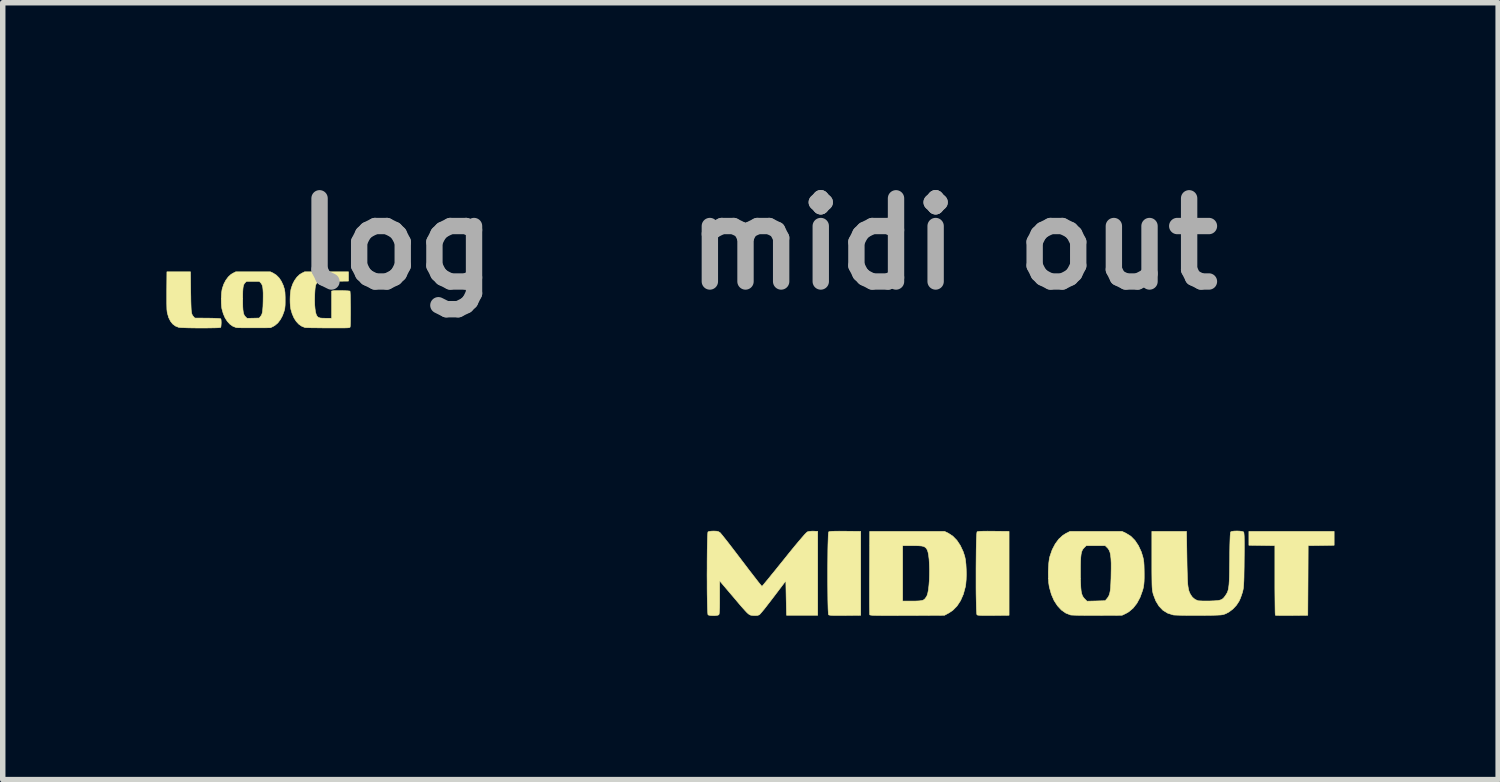
<source format=kicad_pcb>
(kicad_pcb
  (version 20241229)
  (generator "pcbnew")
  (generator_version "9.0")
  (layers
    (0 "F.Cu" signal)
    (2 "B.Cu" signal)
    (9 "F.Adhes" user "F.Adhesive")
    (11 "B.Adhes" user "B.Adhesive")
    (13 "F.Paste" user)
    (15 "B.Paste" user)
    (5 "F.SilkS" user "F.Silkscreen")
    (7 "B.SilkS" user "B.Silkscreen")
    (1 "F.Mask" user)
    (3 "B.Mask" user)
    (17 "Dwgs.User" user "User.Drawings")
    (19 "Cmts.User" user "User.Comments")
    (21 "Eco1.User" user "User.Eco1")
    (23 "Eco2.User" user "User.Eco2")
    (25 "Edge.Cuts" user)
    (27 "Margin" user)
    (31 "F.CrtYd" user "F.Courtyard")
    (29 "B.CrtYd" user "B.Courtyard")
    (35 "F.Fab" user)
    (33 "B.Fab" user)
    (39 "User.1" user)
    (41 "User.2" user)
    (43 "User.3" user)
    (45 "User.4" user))
  (footprint "log"
    (layer "F.Cu")
    (at 4.22 1.418)
    (property "Reference" "log" (at 0 0 0) (layer "F.Fab") (effects (font (size 1.524 1.524) (thickness 0.3))))
    (attr through_hole)
    (fp_poly (pts (xy -3.776 0.872) (xy -3.774 0.966) (xy -3.773 1.045) (xy -3.771 1.111) (xy -3.769 1.164) (xy -3.767 1.206) (xy -3.763 1.24) (xy -3.759 1.266) (xy -3.754 1.286) (xy -3.747 1.302) (xy -3.739 1.315) (xy -3.729 1.328) (xy -3.726 1.332) (xy -3.701 1.359) (xy -3.466 1.361) (xy -3.39 1.362) (xy -3.33 1.364) (xy -3.285 1.366) (xy -3.253 1.368) (xy -3.233 1.37) (xy -3.225 1.374) (xy -3.224 1.374) (xy -3.22 1.389) (xy -3.218 1.415) (xy -3.217 1.447) (xy -3.219 1.48) (xy -3.221 1.508) (xy -3.225 1.527) (xy -3.227 1.531) (xy -3.238 1.533) (xy -3.264 1.536) (xy -3.303 1.538) (xy -3.352 1.539) (xy -3.409 1.54) (xy -3.473 1.541) (xy -3.542 1.541) (xy -3.612 1.541) (xy -3.683 1.541) (xy -3.751 1.54) (xy -3.815 1.539) (xy -3.874 1.537) (xy -3.923 1.535) (xy -3.962 1.533) (xy -3.989 1.531) (xy -3.998 1.529) (xy -4.057 1.505) (xy -4.107 1.467) (xy -4.147 1.416) (xy -4.18 1.35) (xy -4.203 1.269) (xy -4.207 1.251) (xy -4.209 1.231) (xy -4.212 1.206) (xy -4.213 1.176) (xy -4.214 1.137) (xy -4.215 1.09) (xy -4.215 1.031) (xy -4.215 0.959) (xy -4.215 0.872) (xy -4.215 0.859) (xy -4.212 0.512) (xy -3.78 0.512) (xy -3.776 0.872)) (stroke (width 0.01) (type solid)) (fill yes) (layer "F.SilkS"))
    (fp_poly (pts (xy -0.885 0.682) (xy -1.163 0.686) (xy -1.441 0.69) (xy -1.461 0.713) (xy -1.474 0.731) (xy -1.484 0.751) (xy -1.491 0.778) (xy -1.496 0.812) (xy -1.5 0.857) (xy -1.503 0.915) (xy -1.504 0.944) (xy -1.506 1.035) (xy -1.504 1.117) (xy -1.498 1.187) (xy -1.49 1.245) (xy -1.478 1.289) (xy -1.475 1.298) (xy -1.462 1.322) (xy -1.447 1.34) (xy -1.427 1.351) (xy -1.399 1.359) (xy -1.36 1.362) (xy -1.307 1.363) (xy -1.3 1.363) (xy -1.194 1.363) (xy -1.194 0.864) (xy -1.166 0.859) (xy -1.147 0.857) (xy -1.116 0.856) (xy -1.077 0.856) (xy -1.033 0.856) (xy -0.988 0.857) (xy -0.945 0.859) (xy -0.907 0.86) (xy -0.878 0.863) (xy -0.861 0.865) (xy -0.858 0.866) (xy -0.856 0.877) (xy -0.854 0.902) (xy -0.852 0.939) (xy -0.851 0.987) (xy -0.85 1.042) (xy -0.849 1.103) (xy -0.848 1.167) (xy -0.848 1.232) (xy -0.848 1.296) (xy -0.849 1.356) (xy -0.849 1.41) (xy -0.85 1.457) (xy -0.852 1.493) (xy -0.854 1.516) (xy -0.855 1.524) (xy -0.858 1.528) (xy -0.862 1.531) (xy -0.869 1.534) (xy -0.88 1.536) (xy -0.897 1.538) (xy -0.921 1.539) (xy -0.954 1.54) (xy -0.998 1.54) (xy -1.053 1.54) (xy -1.121 1.54) (xy -1.204 1.54) (xy -1.26 1.54) (xy -1.341 1.54) (xy -1.418 1.539) (xy -1.488 1.538) (xy -1.55 1.538) (xy -1.603 1.536) (xy -1.644 1.535) (xy -1.671 1.534) (xy -1.682 1.533) (xy -1.74 1.51) (xy -1.794 1.473) (xy -1.842 1.422) (xy -1.883 1.358) (xy -1.916 1.283) (xy -1.941 1.199) (xy -1.943 1.186) (xy -1.95 1.139) (xy -1.954 1.082) (xy -1.955 1.018) (xy -1.953 0.954) (xy -1.948 0.894) (xy -1.941 0.843) (xy -1.935 0.817) (xy -1.908 0.738) (xy -1.872 0.668) (xy -1.829 0.609) (xy -1.78 0.562) (xy -1.737 0.536) (xy -1.689 0.512) (xy -0.885 0.512) (xy -0.885 0.682)) (stroke (width 0.01) (type solid)) (fill yes) (layer "F.SilkS"))
    (fp_poly (pts (xy -2.265 0.536) (xy -2.208 0.572) (xy -2.158 0.622) (xy -2.115 0.686) (xy -2.08 0.762) (xy -2.06 0.826) (xy -2.054 0.855) (xy -2.049 0.887) (xy -2.047 0.927) (xy -2.045 0.977) (xy -2.045 1.024) (xy -2.045 1.08) (xy -2.046 1.122) (xy -2.049 1.155) (xy -2.052 1.184) (xy -2.058 1.21) (xy -2.064 1.232) (xy -2.095 1.317) (xy -2.134 1.389) (xy -2.18 1.449) (xy -2.233 1.494) (xy -2.269 1.515) (xy -2.316 1.537) (xy -2.616 1.538) (xy -2.687 1.538) (xy -2.753 1.538) (xy -2.813 1.538) (xy -2.864 1.537) (xy -2.905 1.536) (xy -2.932 1.534) (xy -2.944 1.533) (xy -3.003 1.51) (xy -3.057 1.472) (xy -3.105 1.42) (xy -3.146 1.356) (xy -3.179 1.28) (xy -3.203 1.195) (xy -3.205 1.187) (xy -3.211 1.14) (xy -3.215 1.083) (xy -3.216 1.02) (xy -3.216 1.006) (xy -2.823 1.006) (xy -2.823 1.008) (xy -2.823 1.086) (xy -2.822 1.15) (xy -2.819 1.202) (xy -2.814 1.242) (xy -2.808 1.273) (xy -2.799 1.298) (xy -2.788 1.318) (xy -2.773 1.335) (xy -2.772 1.336) (xy -2.744 1.364) (xy -2.632 1.362) (xy -2.521 1.359) (xy -2.498 1.331) (xy -2.484 1.313) (xy -2.474 1.293) (xy -2.466 1.269) (xy -2.46 1.239) (xy -2.456 1.2) (xy -2.452 1.149) (xy -2.45 1.085) (xy -2.449 1.049) (xy -2.448 0.967) (xy -2.448 0.9) (xy -2.451 0.846) (xy -2.455 0.803) (xy -2.462 0.77) (xy -2.472 0.744) (xy -2.485 0.724) (xy -2.494 0.713) (xy -2.521 0.686) (xy -2.753 0.686) (xy -2.777 0.71) (xy -2.791 0.725) (xy -2.801 0.743) (xy -2.809 0.764) (xy -2.815 0.791) (xy -2.819 0.827) (xy -2.822 0.874) (xy -2.823 0.932) (xy -2.823 1.006) (xy -3.216 1.006) (xy -3.214 0.956) (xy -3.21 0.896) (xy -3.203 0.845) (xy -3.197 0.817) (xy -3.169 0.736) (xy -3.132 0.665) (xy -3.087 0.605) (xy -3.037 0.559) (xy -2.998 0.536) (xy -2.951 0.512) (xy -2.316 0.512) (xy -2.265 0.536)) (stroke (width 0.01) (type solid)) (fill yes) (layer "F.SilkS")))
  (footprint "midi out"
    (layer "F.Cu")
    (at 19.419 5.918)
    (property "Reference" "midi out" (at -5 -4.5 0) (layer "F.Fab") (effects (font (size 1.524 1.524) (thickness 0.3))))
    (attr through_hole)
    (fp_poly (pts (xy 1.975 1.022) (xy 1.737 1.026) (xy 1.499 1.029) (xy 1.496 1.667) (xy 1.492 2.305) (xy 1.199 2.308) (xy 1.115 2.309) (xy 1.04 2.309) (xy 0.977 2.308) (xy 0.93 2.307) (xy 0.903 2.305) (xy 0.898 2.303) (xy 0.896 2.289) (xy 0.894 2.252) (xy 0.893 2.195) (xy 0.892 2.119) (xy 0.891 2.028) (xy 0.89 1.924) (xy 0.889 1.809) (xy 0.889 1.686) (xy 0.889 1.662) (xy 0.889 1.029) (xy 0.413 1.022) (xy 0.413 0.768) (xy 1.975 0.768) (xy 1.975 1.022)) (stroke (width 0.01) (type solid)) (fill yes) (layer "F.SilkS"))
    (fp_poly (pts (xy -6.991 0.765) (xy -6.983 0.765) (xy -6.699 0.768) (xy -6.699 2.305) (xy -6.985 2.308) (xy -7.086 2.309) (xy -7.164 2.309) (xy -7.221 2.307) (xy -7.259 2.304) (xy -7.281 2.3) (xy -7.287 2.296) (xy -7.291 2.28) (xy -7.294 2.242) (xy -7.297 2.183) (xy -7.299 2.107) (xy -7.301 2.017) (xy -7.302 1.916) (xy -7.303 1.805) (xy -7.304 1.688) (xy -7.304 1.568) (xy -7.304 1.447) (xy -7.303 1.328) (xy -7.302 1.214) (xy -7.301 1.107) (xy -7.299 1.01) (xy -7.296 0.927) (xy -7.294 0.859) (xy -7.291 0.81) (xy -7.287 0.782) (xy -7.285 0.776) (xy -7.268 0.771) (xy -7.232 0.767) (xy -7.175 0.765) (xy -7.095 0.764) (xy -6.991 0.765)) (stroke (width 0.01) (type solid)) (fill yes) (layer "F.SilkS"))
    (fp_poly (pts (xy -4.273 0.765) (xy -4.266 0.765) (xy -3.981 0.768) (xy -3.981 2.305) (xy -4.268 2.308) (xy -4.368 2.309) (xy -4.446 2.309) (xy -4.503 2.307) (xy -4.541 2.304) (xy -4.563 2.3) (xy -4.569 2.296) (xy -4.573 2.28) (xy -4.576 2.242) (xy -4.579 2.183) (xy -4.581 2.107) (xy -4.583 2.017) (xy -4.585 1.916) (xy -4.586 1.805) (xy -4.586 1.688) (xy -4.586 1.568) (xy -4.586 1.447) (xy -4.585 1.328) (xy -4.584 1.214) (xy -4.583 1.107) (xy -4.581 1.01) (xy -4.579 0.927) (xy -4.576 0.859) (xy -4.573 0.81) (xy -4.569 0.782) (xy -4.567 0.776) (xy -4.551 0.771) (xy -4.514 0.767) (xy -4.457 0.765) (xy -4.377 0.764) (xy -4.273 0.765)) (stroke (width 0.01) (type solid)) (fill yes) (layer "F.SilkS"))
    (fp_poly (pts (xy -5.091 0.803) (xy -5.01 0.857) (xy -4.937 0.932) (xy -4.874 1.027) (xy -4.822 1.138) (xy -4.793 1.226) (xy -4.78 1.289) (xy -4.771 1.371) (xy -4.766 1.463) (xy -4.764 1.559) (xy -4.767 1.652) (xy -4.774 1.734) (xy -4.781 1.78) (xy -4.818 1.918) (xy -4.87 2.037) (xy -4.935 2.136) (xy -5.013 2.215) (xy -5.08 2.26) (xy -5.163 2.305) (xy -5.845 2.309) (xy -6 2.309) (xy -6.13 2.31) (xy -6.239 2.31) (xy -6.327 2.309) (xy -6.397 2.308) (xy -6.451 2.307) (xy -6.49 2.305) (xy -6.515 2.302) (xy -6.53 2.299) (xy -6.534 2.296) (xy -6.536 2.281) (xy -6.536 2.242) (xy -6.537 2.183) (xy -6.538 2.105) (xy -6.538 2.045) (xy -5.931 2.045) (xy -5.759 2.045) (xy -5.679 2.044) (xy -5.62 2.041) (xy -5.58 2.035) (xy -5.553 2.027) (xy -5.551 2.026) (xy -5.521 2.002) (xy -5.494 1.963) (xy -5.486 1.949) (xy -5.471 1.903) (xy -5.458 1.837) (xy -5.449 1.756) (xy -5.442 1.665) (xy -5.439 1.567) (xy -5.438 1.468) (xy -5.441 1.372) (xy -5.446 1.282) (xy -5.455 1.205) (xy -5.467 1.144) (xy -5.482 1.103) (xy -5.482 1.103) (xy -5.5 1.076) (xy -5.521 1.057) (xy -5.548 1.043) (xy -5.587 1.035) (xy -5.64 1.031) (xy -5.714 1.029) (xy -5.75 1.029) (xy -5.931 1.029) (xy -5.931 2.045) (xy -6.538 2.045) (xy -6.538 2.011) (xy -6.538 1.902) (xy -6.538 1.782) (xy -6.538 1.653) (xy -6.537 1.524) (xy -6.534 0.768) (xy -5.163 0.768) (xy -5.091 0.803)) (stroke (width 0.01) (type solid)) (fill yes) (layer "F.SilkS"))
    (fp_poly (pts (xy -1.835 0.804) (xy -1.75 0.857) (xy -1.675 0.933) (xy -1.611 1.029) (xy -1.558 1.143) (xy -1.529 1.238) (xy -1.519 1.282) (xy -1.512 1.331) (xy -1.508 1.39) (xy -1.506 1.465) (xy -1.505 1.537) (xy -1.505 1.62) (xy -1.507 1.683) (xy -1.511 1.733) (xy -1.517 1.775) (xy -1.525 1.815) (xy -1.534 1.847) (xy -1.58 1.975) (xy -1.638 2.084) (xy -1.708 2.174) (xy -1.787 2.241) (xy -1.841 2.272) (xy -1.911 2.305) (xy -2.362 2.307) (xy -2.468 2.307) (xy -2.568 2.307) (xy -2.658 2.306) (xy -2.735 2.305) (xy -2.795 2.303) (xy -2.836 2.301) (xy -2.853 2.3) (xy -2.942 2.265) (xy -3.023 2.208) (xy -3.095 2.13) (xy -3.157 2.034) (xy -3.206 1.921) (xy -3.242 1.793) (xy -3.245 1.78) (xy -3.255 1.71) (xy -3.261 1.624) (xy -3.262 1.53) (xy -3.262 1.511) (xy -2.673 1.511) (xy -2.673 1.63) (xy -2.67 1.726) (xy -2.666 1.802) (xy -2.66 1.863) (xy -2.65 1.91) (xy -2.637 1.947) (xy -2.62 1.976) (xy -2.598 2.002) (xy -2.596 2.004) (xy -2.553 2.047) (xy -2.386 2.043) (xy -2.22 2.038) (xy -2.184 1.996) (xy -2.164 1.969) (xy -2.149 1.94) (xy -2.137 1.904) (xy -2.128 1.858) (xy -2.121 1.799) (xy -2.117 1.724) (xy -2.113 1.628) (xy -2.112 1.573) (xy -2.11 1.45) (xy -2.11 1.349) (xy -2.114 1.269) (xy -2.121 1.205) (xy -2.131 1.155) (xy -2.146 1.116) (xy -2.165 1.085) (xy -2.178 1.07) (xy -2.22 1.029) (xy -2.567 1.029) (xy -2.603 1.065) (xy -2.624 1.088) (xy -2.64 1.114) (xy -2.652 1.146) (xy -2.661 1.187) (xy -2.667 1.241) (xy -2.671 1.31) (xy -2.673 1.399) (xy -2.673 1.509) (xy -2.673 1.511) (xy -3.262 1.511) (xy -3.259 1.434) (xy -3.253 1.344) (xy -3.243 1.267) (xy -3.233 1.226) (xy -3.191 1.104) (xy -3.135 0.997) (xy -3.069 0.908) (xy -2.993 0.839) (xy -2.935 0.803) (xy -2.864 0.768) (xy -1.911 0.768) (xy -1.835 0.804)) (stroke (width 0.01) (type solid)) (fill yes) (layer "F.SilkS"))
    (fp_poly (pts (xy -9.345 0.764) (xy -9.31 0.771) (xy -9.283 0.786) (xy -9.278 0.789) (xy -9.264 0.804) (xy -9.236 0.838) (xy -9.196 0.888) (xy -9.146 0.951) (xy -9.087 1.027) (xy -9.022 1.112) (xy -8.951 1.205) (xy -8.881 1.297) (xy -8.807 1.394) (xy -8.739 1.484) (xy -8.676 1.565) (xy -8.621 1.636) (xy -8.576 1.694) (xy -8.54 1.738) (xy -8.517 1.766) (xy -8.508 1.775) (xy -8.508 1.775) (xy -8.499 1.765) (xy -8.475 1.737) (xy -8.438 1.692) (xy -8.39 1.634) (xy -8.333 1.563) (xy -8.267 1.483) (xy -8.195 1.393) (xy -8.118 1.298) (xy -8.105 1.282) (xy -8.001 1.152) (xy -7.911 1.042) (xy -7.836 0.952) (xy -7.775 0.881) (xy -7.729 0.828) (xy -7.696 0.794) (xy -7.676 0.777) (xy -7.674 0.776) (xy -7.64 0.768) (xy -7.594 0.764) (xy -7.562 0.764) (xy -7.487 0.768) (xy -7.487 2.305) (xy -8.058 2.305) (xy -8.065 1.99) (xy -8.071 1.674) (xy -8.299 1.975) (xy -8.358 2.052) (xy -8.413 2.123) (xy -8.462 2.186) (xy -8.504 2.237) (xy -8.535 2.273) (xy -8.553 2.293) (xy -8.556 2.295) (xy -8.587 2.307) (xy -8.632 2.31) (xy -8.663 2.309) (xy -8.685 2.307) (xy -8.704 2.305) (xy -8.721 2.301) (xy -8.739 2.292) (xy -8.759 2.278) (xy -8.784 2.255) (xy -8.814 2.223) (xy -8.853 2.18) (xy -8.903 2.123) (xy -8.964 2.051) (xy -9.039 1.962) (xy -9.065 1.932) (xy -9.284 1.674) (xy -9.284 1.977) (xy -9.284 2.083) (xy -9.285 2.166) (xy -9.288 2.227) (xy -9.291 2.268) (xy -9.296 2.29) (xy -9.299 2.296) (xy -9.32 2.304) (xy -9.359 2.31) (xy -9.398 2.311) (xy -9.446 2.309) (xy -9.482 2.303) (xy -9.497 2.296) (xy -9.5 2.28) (xy -9.503 2.242) (xy -9.506 2.184) (xy -9.508 2.108) (xy -9.51 2.018) (xy -9.512 1.916) (xy -9.513 1.806) (xy -9.513 1.689) (xy -9.514 1.569) (xy -9.513 1.448) (xy -9.513 1.329) (xy -9.512 1.214) (xy -9.511 1.108) (xy -9.509 1.011) (xy -9.507 0.928) (xy -9.505 0.86) (xy -9.502 0.811) (xy -9.499 0.783) (xy -9.497 0.777) (xy -9.476 0.769) (xy -9.437 0.764) (xy -9.397 0.762) (xy -9.345 0.764)) (stroke (width 0.01) (type solid)) (fill yes) (layer "F.SilkS"))
    (fp_poly (pts (xy 0.234 0.762) (xy 0.278 0.767) (xy 0.309 0.775) (xy 0.317 0.78) (xy 0.321 0.792) (xy 0.324 0.817) (xy 0.327 0.857) (xy 0.328 0.913) (xy 0.329 0.989) (xy 0.329 1.085) (xy 0.328 1.204) (xy 0.327 1.292) (xy 0.326 1.418) (xy 0.324 1.522) (xy 0.323 1.606) (xy 0.321 1.674) (xy 0.318 1.727) (xy 0.315 1.77) (xy 0.312 1.804) (xy 0.307 1.833) (xy 0.301 1.86) (xy 0.295 1.884) (xy 0.276 1.942) (xy 0.254 2.001) (xy 0.233 2.047) (xy 0.232 2.049) (xy 0.183 2.123) (xy 0.12 2.19) (xy 0.049 2.244) (xy -0.009 2.275) (xy -0.03 2.283) (xy -0.05 2.29) (xy -0.073 2.295) (xy -0.101 2.299) (xy -0.138 2.301) (xy -0.186 2.303) (xy -0.248 2.305) (xy -0.328 2.306) (xy -0.429 2.307) (xy -0.502 2.307) (xy -0.605 2.307) (xy -0.703 2.307) (xy -0.791 2.306) (xy -0.866 2.304) (xy -0.925 2.302) (xy -0.964 2.3) (xy -0.976 2.298) (xy -1.076 2.266) (xy -1.162 2.213) (xy -1.234 2.138) (xy -1.292 2.043) (xy -1.337 1.926) (xy -1.343 1.905) (xy -1.348 1.882) (xy -1.353 1.856) (xy -1.357 1.826) (xy -1.36 1.787) (xy -1.362 1.738) (xy -1.363 1.676) (xy -1.364 1.598) (xy -1.365 1.501) (xy -1.365 1.384) (xy -1.365 1.295) (xy -1.365 0.768) (xy -0.73 0.768) (xy -0.722 1.264) (xy -0.72 1.398) (xy -0.717 1.51) (xy -0.714 1.603) (xy -0.711 1.677) (xy -0.707 1.738) (xy -0.701 1.786) (xy -0.694 1.825) (xy -0.686 1.858) (xy -0.675 1.887) (xy -0.662 1.914) (xy -0.656 1.926) (xy -0.621 1.975) (xy -0.574 2.014) (xy -0.523 2.037) (xy -0.516 2.039) (xy -0.488 2.041) (xy -0.441 2.043) (xy -0.38 2.044) (xy -0.313 2.043) (xy -0.295 2.043) (xy -0.215 2.04) (xy -0.155 2.035) (xy -0.112 2.026) (xy -0.079 2.012) (xy -0.053 1.991) (xy -0.028 1.96) (xy -0.016 1.943) (xy 0.001 1.917) (xy 0.016 1.891) (xy 0.027 1.863) (xy 0.036 1.831) (xy 0.043 1.791) (xy 0.049 1.741) (xy 0.053 1.678) (xy 0.056 1.599) (xy 0.058 1.503) (xy 0.059 1.386) (xy 0.061 1.283) (xy 0.062 1.142) (xy 0.064 1.022) (xy 0.067 0.926) (xy 0.07 0.853) (xy 0.074 0.804) (xy 0.078 0.78) (xy 0.079 0.778) (xy 0.099 0.769) (xy 0.137 0.763) (xy 0.185 0.761) (xy 0.234 0.762)) (stroke (width 0.01) (type solid)) (fill yes) (layer "F.SilkS")))
  (gr_rect
    (start -3 -3)
    (end 24.399 11.234)
    (stroke (width 0.1) (type default))
    (fill no)
    (layer "Edge.Cuts")))
</source>
